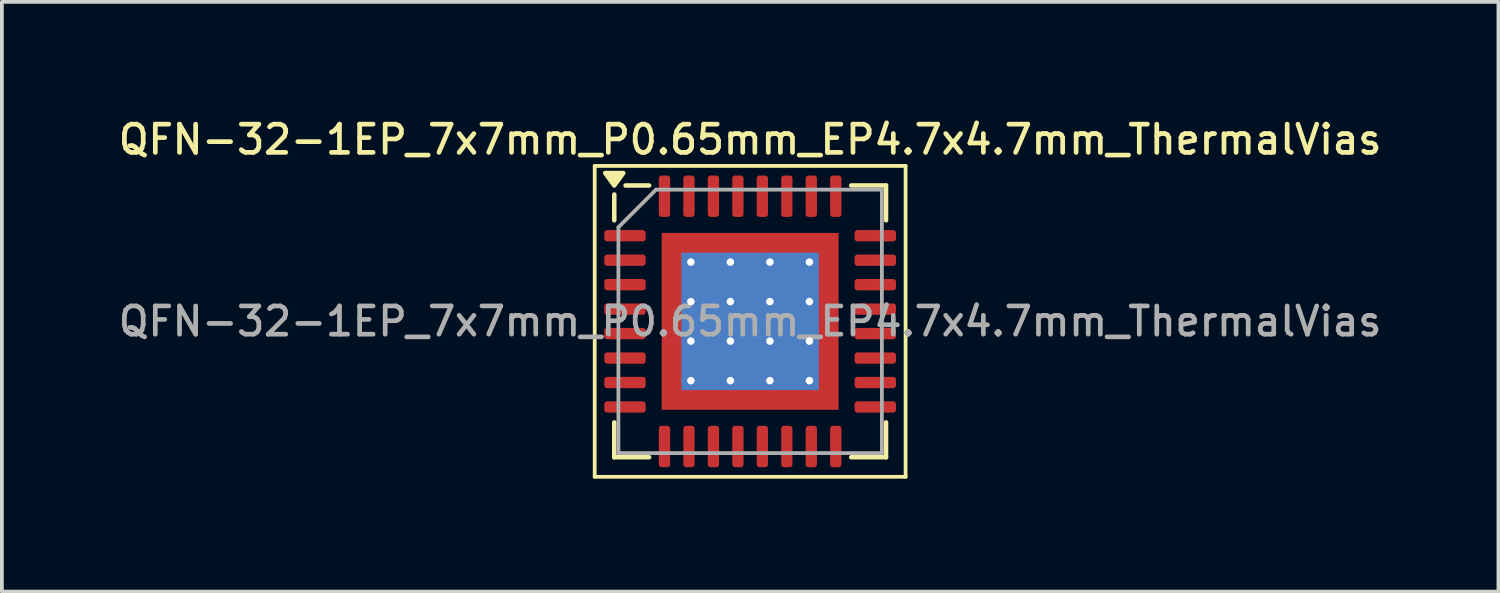
<source format=kicad_pcb>
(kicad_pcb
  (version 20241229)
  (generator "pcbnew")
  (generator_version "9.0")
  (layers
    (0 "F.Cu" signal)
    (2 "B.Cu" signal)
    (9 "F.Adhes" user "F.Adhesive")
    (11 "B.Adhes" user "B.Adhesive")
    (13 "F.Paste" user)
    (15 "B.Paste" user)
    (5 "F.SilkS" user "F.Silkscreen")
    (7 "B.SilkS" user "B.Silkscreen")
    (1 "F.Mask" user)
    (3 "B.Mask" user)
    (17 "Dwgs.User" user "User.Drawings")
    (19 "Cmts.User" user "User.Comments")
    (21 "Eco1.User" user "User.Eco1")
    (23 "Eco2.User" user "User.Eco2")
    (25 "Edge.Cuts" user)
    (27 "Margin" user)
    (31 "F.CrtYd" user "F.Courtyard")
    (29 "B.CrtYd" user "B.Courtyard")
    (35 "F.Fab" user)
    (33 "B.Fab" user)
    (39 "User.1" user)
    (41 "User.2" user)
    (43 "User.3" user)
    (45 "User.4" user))
  (footprint "QFN-32-1EP_7x7mm_P0.65mm_EP4.7x4.7mm_ThermalVias"
    (layer "F.Cu")
    (at 16.88 5.488)
    (property "Reference" "QFN-32-1EP_7x7mm_P0.65mm_EP4.7x4.7mm_ThermalVias" (at 0 -4.83 0) (layer "F.SilkS") (effects (font (size 0.75 0.75) (thickness 0.125))))
    (attr smd)
    (fp_line (start -4.13 -4.13) (end -4.13 4.13) (stroke (width 0.1) (type solid)) (layer "F.SilkS"))
    (fp_line (start -4.13 4.13) (end 4.13 4.13) (stroke (width 0.1) (type solid)) (layer "F.SilkS"))
    (fp_line (start -3.61 -2.685) (end -3.61 -3.37) (stroke (width 0.12) (type solid)) (layer "F.SilkS"))
    (fp_line (start -3.61 3.61) (end -3.61 2.685) (stroke (width 0.12) (type solid)) (layer "F.SilkS"))
    (fp_line (start -2.685 -3.61) (end -3.31 -3.61) (stroke (width 0.12) (type solid)) (layer "F.SilkS"))
    (fp_line (start -2.685 3.61) (end -3.61 3.61) (stroke (width 0.12) (type solid)) (layer "F.SilkS"))
    (fp_line (start 2.685 -3.61) (end 3.61 -3.61) (stroke (width 0.12) (type solid)) (layer "F.SilkS"))
    (fp_line (start 2.685 3.61) (end 3.61 3.61) (stroke (width 0.12) (type solid)) (layer "F.SilkS"))
    (fp_line (start 3.61 -3.61) (end 3.61 -2.685) (stroke (width 0.12) (type solid)) (layer "F.SilkS"))
    (fp_line (start 3.61 3.61) (end 3.61 2.685) (stroke (width 0.12) (type solid)) (layer "F.SilkS"))
    (fp_line (start 4.13 -4.13) (end -4.13 -4.13) (stroke (width 0.1) (type solid)) (layer "F.SilkS"))
    (fp_line (start 4.13 4.13) (end 4.13 -4.13) (stroke (width 0.1) (type solid)) (layer "F.SilkS"))
    (fp_poly (pts (xy -3.61 -3.61) (xy -3.85 -3.94) (xy -3.37 -3.94) (xy -3.61 -3.61)) (stroke (width 0.12) (type solid)) (fill yes) (layer "F.SilkS"))
    (fp_line (start -3.5 -2.5) (end -2.5 -3.5) (stroke (width 0.1) (type solid)) (layer "F.Fab"))
    (fp_line (start -3.5 3.5) (end -3.5 -2.5) (stroke (width 0.1) (type solid)) (layer "F.Fab"))
    (fp_line (start -2.5 -3.5) (end 3.5 -3.5) (stroke (width 0.1) (type solid)) (layer "F.Fab"))
    (fp_line (start 3.5 -3.5) (end 3.5 3.5) (stroke (width 0.1) (type solid)) (layer "F.Fab"))
    (fp_line (start 3.5 3.5) (end -3.5 3.5) (stroke (width 0.1) (type solid)) (layer "F.Fab"))
    (fp_text user "${REFERENCE}" (at 0 0 0) (layer "F.Fab") (effects (font (size 0.75 0.75) (thickness 0.125))))
    (pad "" smd custom (at -1.962 -1.962) (size 0.531 0.531) (layers "F.Paste") (options (anchor circle)) (primitives (gr_poly (pts (xy -0.219 -0.219) (xy 0.219 -0.219) (xy 0.219 0.141) (xy 0.141 0.219) (xy -0.219 0.219)) (width 0.188) (fill yes))))
    (pad "" smd custom (at -1.962 -1.05) (size 0.55 0.55) (layers "F.Paste") (options (anchor circle)) (primitives (gr_poly (pts (xy -0.237 -0.348) (xy 0.175 -0.348) (xy 0.237 -0.286) (xy 0.237 0.286) (xy 0.175 0.348) (xy -0.237 0.348)) (width 0.15) (fill yes))))
    (pad "" smd custom (at -1.962 0) (size 0.55 0.55) (layers "F.Paste") (options (anchor circle)) (primitives (gr_poly (pts (xy -0.237 -0.348) (xy 0.175 -0.348) (xy 0.237 -0.286) (xy 0.237 0.286) (xy 0.175 0.348) (xy -0.237 0.348)) (width 0.15) (fill yes))))
    (pad "" smd custom (at -1.962 1.05) (size 0.55 0.55) (layers "F.Paste") (options (anchor circle)) (primitives (gr_poly (pts (xy -0.237 -0.348) (xy 0.175 -0.348) (xy 0.237 -0.286) (xy 0.237 0.286) (xy 0.175 0.348) (xy -0.237 0.348)) (width 0.15) (fill yes))))
    (pad "" smd custom (at -1.962 1.962) (size 0.531 0.531) (layers "F.Paste") (options (anchor circle)) (primitives (gr_poly (pts (xy -0.219 -0.219) (xy 0.141 -0.219) (xy 0.219 -0.141) (xy 0.219 0.219) (xy -0.219 0.219)) (width 0.188) (fill yes))))
    (pad "" smd custom (at -1.05 -1.962) (size 0.55 0.55) (layers "F.Paste") (options (anchor circle)) (primitives (gr_poly (pts (xy -0.348 -0.237) (xy 0.348 -0.237) (xy 0.348 0.175) (xy 0.286 0.237) (xy -0.286 0.237) (xy -0.348 0.175)) (width 0.15) (fill yes))))
    (pad "" smd roundrect (at -1.05 -1.05) (size 0.847 0.847) (layers "F.Paste") (roundrect_rratio 0.25))
    (pad "" smd roundrect (at -1.05 0) (size 0.847 0.847) (layers "F.Paste") (roundrect_rratio 0.25))
    (pad "" smd roundrect (at -1.05 1.05) (size 0.847 0.847) (layers "F.Paste") (roundrect_rratio 0.25))
    (pad "" smd custom (at -1.05 1.962) (size 0.55 0.55) (layers "F.Paste") (options (anchor circle)) (primitives (gr_poly (pts (xy -0.348 -0.175) (xy -0.286 -0.237) (xy 0.286 -0.237) (xy 0.348 -0.175) (xy 0.348 0.237) (xy -0.348 0.237)) (width 0.15) (fill yes))))
    (pad "" smd custom (at 0 -1.962) (size 0.55 0.55) (layers "F.Paste") (options (anchor circle)) (primitives (gr_poly (pts (xy -0.348 -0.237) (xy 0.348 -0.237) (xy 0.348 0.175) (xy 0.286 0.237) (xy -0.286 0.237) (xy -0.348 0.175)) (width 0.15) (fill yes))))
    (pad "" smd roundrect (at 0 -1.05) (size 0.847 0.847) (layers "F.Paste") (roundrect_rratio 0.25))
    (pad "" smd roundrect (at 0 0) (size 0.847 0.847) (layers "F.Paste") (roundrect_rratio 0.25))
    (pad "" smd roundrect (at 0 1.05) (size 0.847 0.847) (layers "F.Paste") (roundrect_rratio 0.25))
    (pad "" smd custom (at 0 1.962) (size 0.55 0.55) (layers "F.Paste") (options (anchor circle)) (primitives (gr_poly (pts (xy -0.348 -0.175) (xy -0.286 -0.237) (xy 0.286 -0.237) (xy 0.348 -0.175) (xy 0.348 0.237) (xy -0.348 0.237)) (width 0.15) (fill yes))))
    (pad "" smd custom (at 1.05 -1.962) (size 0.55 0.55) (layers "F.Paste") (options (anchor circle)) (primitives (gr_poly (pts (xy -0.348 -0.237) (xy 0.348 -0.237) (xy 0.348 0.175) (xy 0.286 0.237) (xy -0.286 0.237) (xy -0.348 0.175)) (width 0.15) (fill yes))))
    (pad "" smd roundrect (at 1.05 -1.05) (size 0.847 0.847) (layers "F.Paste") (roundrect_rratio 0.25))
    (pad "" smd roundrect (at 1.05 0) (size 0.847 0.847) (layers "F.Paste") (roundrect_rratio 0.25))
    (pad "" smd roundrect (at 1.05 1.05) (size 0.847 0.847) (layers "F.Paste") (roundrect_rratio 0.25))
    (pad "" smd custom (at 1.05 1.962) (size 0.55 0.55) (layers "F.Paste") (options (anchor circle)) (primitives (gr_poly (pts (xy -0.348 -0.175) (xy -0.286 -0.237) (xy 0.286 -0.237) (xy 0.348 -0.175) (xy 0.348 0.237) (xy -0.348 0.237)) (width 0.15) (fill yes))))
    (pad "" smd custom (at 1.962 -1.962) (size 0.531 0.531) (layers "F.Paste") (options (anchor circle)) (primitives (gr_poly (pts (xy -0.219 -0.219) (xy 0.219 -0.219) (xy 0.219 0.219) (xy -0.141 0.219) (xy -0.219 0.141)) (width 0.188) (fill yes))))
    (pad "" smd custom (at 1.962 -1.05) (size 0.55 0.55) (layers "F.Paste") (options (anchor circle)) (primitives (gr_poly (pts (xy -0.237 -0.286) (xy -0.175 -0.348) (xy 0.237 -0.348) (xy 0.237 0.348) (xy -0.175 0.348) (xy -0.237 0.286)) (width 0.15) (fill yes))))
    (pad "" smd custom (at 1.962 0) (size 0.55 0.55) (layers "F.Paste") (options (anchor circle)) (primitives (gr_poly (pts (xy -0.237 -0.286) (xy -0.175 -0.348) (xy 0.237 -0.348) (xy 0.237 0.348) (xy -0.175 0.348) (xy -0.237 0.286)) (width 0.15) (fill yes))))
    (pad "" smd custom (at 1.962 1.05) (size 0.55 0.55) (layers "F.Paste") (options (anchor circle)) (primitives (gr_poly (pts (xy -0.237 -0.286) (xy -0.175 -0.348) (xy 0.237 -0.348) (xy 0.237 0.348) (xy -0.175 0.348) (xy -0.237 0.286)) (width 0.15) (fill yes))))
    (pad "" smd custom (at 1.962 1.962) (size 0.531 0.531) (layers "F.Paste") (options (anchor circle)) (primitives (gr_poly (pts (xy -0.219 -0.141) (xy -0.141 -0.219) (xy 0.219 -0.219) (xy 0.219 0.219) (xy -0.219 0.219)) (width 0.188) (fill yes))))
    (pad "1" smd roundrect (at -3.325 -2.275) (size 1.1 0.3) (layers "F.Cu" "F.Mask" "F.Paste") (roundrect_rratio 0.25))
    (pad "2" smd roundrect (at -3.325 -1.625) (size 1.1 0.3) (layers "F.Cu" "F.Mask" "F.Paste") (roundrect_rratio 0.25))
    (pad "3" smd roundrect (at -3.325 -0.975) (size 1.1 0.3) (layers "F.Cu" "F.Mask" "F.Paste") (roundrect_rratio 0.25))
    (pad "4" smd roundrect (at -3.325 -0.325) (size 1.1 0.3) (layers "F.Cu" "F.Mask" "F.Paste") (roundrect_rratio 0.25))
    (pad "5" smd roundrect (at -3.325 0.325) (size 1.1 0.3) (layers "F.Cu" "F.Mask" "F.Paste") (roundrect_rratio 0.25))
    (pad "6" smd roundrect (at -3.325 0.975) (size 1.1 0.3) (layers "F.Cu" "F.Mask" "F.Paste") (roundrect_rratio 0.25))
    (pad "7" smd roundrect (at -3.325 1.625) (size 1.1 0.3) (layers "F.Cu" "F.Mask" "F.Paste") (roundrect_rratio 0.25))
    (pad "8" smd roundrect (at -3.325 2.275) (size 1.1 0.3) (layers "F.Cu" "F.Mask" "F.Paste") (roundrect_rratio 0.25))
    (pad "9" smd roundrect (at -2.275 3.325) (size 0.3 1.1) (layers "F.Cu" "F.Mask" "F.Paste") (roundrect_rratio 0.25))
    (pad "10" smd roundrect (at -1.625 3.325) (size 0.3 1.1) (layers "F.Cu" "F.Mask" "F.Paste") (roundrect_rratio 0.25))
    (pad "11" smd roundrect (at -0.975 3.325) (size 0.3 1.1) (layers "F.Cu" "F.Mask" "F.Paste") (roundrect_rratio 0.25))
    (pad "12" smd roundrect (at -0.325 3.325) (size 0.3 1.1) (layers "F.Cu" "F.Mask" "F.Paste") (roundrect_rratio 0.25))
    (pad "13" smd roundrect (at 0.325 3.325) (size 0.3 1.1) (layers "F.Cu" "F.Mask" "F.Paste") (roundrect_rratio 0.25))
    (pad "14" smd roundrect (at 0.975 3.325) (size 0.3 1.1) (layers "F.Cu" "F.Mask" "F.Paste") (roundrect_rratio 0.25))
    (pad "15" smd roundrect (at 1.625 3.325) (size 0.3 1.1) (layers "F.Cu" "F.Mask" "F.Paste") (roundrect_rratio 0.25))
    (pad "16" smd roundrect (at 2.275 3.325) (size 0.3 1.1) (layers "F.Cu" "F.Mask" "F.Paste") (roundrect_rratio 0.25))
    (pad "17" smd roundrect (at 3.325 2.275) (size 1.1 0.3) (layers "F.Cu" "F.Mask" "F.Paste") (roundrect_rratio 0.25))
    (pad "18" smd roundrect (at 3.325 1.625) (size 1.1 0.3) (layers "F.Cu" "F.Mask" "F.Paste") (roundrect_rratio 0.25))
    (pad "19" smd roundrect (at 3.325 0.975) (size 1.1 0.3) (layers "F.Cu" "F.Mask" "F.Paste") (roundrect_rratio 0.25))
    (pad "20" smd roundrect (at 3.325 0.325) (size 1.1 0.3) (layers "F.Cu" "F.Mask" "F.Paste") (roundrect_rratio 0.25))
    (pad "21" smd roundrect (at 3.325 -0.325) (size 1.1 0.3) (layers "F.Cu" "F.Mask" "F.Paste") (roundrect_rratio 0.25))
    (pad "22" smd roundrect (at 3.325 -0.975) (size 1.1 0.3) (layers "F.Cu" "F.Mask" "F.Paste") (roundrect_rratio 0.25))
    (pad "23" smd roundrect (at 3.325 -1.625) (size 1.1 0.3) (layers "F.Cu" "F.Mask" "F.Paste") (roundrect_rratio 0.25))
    (pad "24" smd roundrect (at 3.325 -2.275) (size 1.1 0.3) (layers "F.Cu" "F.Mask" "F.Paste") (roundrect_rratio 0.25))
    (pad "25" smd roundrect (at 2.275 -3.325) (size 0.3 1.1) (layers "F.Cu" "F.Mask" "F.Paste") (roundrect_rratio 0.25))
    (pad "26" smd roundrect (at 1.625 -3.325) (size 0.3 1.1) (layers "F.Cu" "F.Mask" "F.Paste") (roundrect_rratio 0.25))
    (pad "27" smd roundrect (at 0.975 -3.325) (size 0.3 1.1) (layers "F.Cu" "F.Mask" "F.Paste") (roundrect_rratio 0.25))
    (pad "28" smd roundrect (at 0.325 -3.325) (size 0.3 1.1) (layers "F.Cu" "F.Mask" "F.Paste") (roundrect_rratio 0.25))
    (pad "29" smd roundrect (at -0.325 -3.325) (size 0.3 1.1) (layers "F.Cu" "F.Mask" "F.Paste") (roundrect_rratio 0.25))
    (pad "30" smd roundrect (at -0.975 -3.325) (size 0.3 1.1) (layers "F.Cu" "F.Mask" "F.Paste") (roundrect_rratio 0.25))
    (pad "31" smd roundrect (at -1.625 -3.325) (size 0.3 1.1) (layers "F.Cu" "F.Mask" "F.Paste") (roundrect_rratio 0.25))
    (pad "32" smd roundrect (at -2.275 -3.325) (size 0.3 1.1) (layers "F.Cu" "F.Mask" "F.Paste") (roundrect_rratio 0.25))
    (pad "33" thru_hole circle (at -1.575 -1.575) (size 0.5 0.5) (drill 0.2) (property pad_prop_heatsink) (layers "*.Cu"))
    (pad "33" thru_hole circle (at -1.575 -0.525) (size 0.5 0.5) (drill 0.2) (property pad_prop_heatsink) (layers "*.Cu"))
    (pad "33" thru_hole circle (at -1.575 0.525) (size 0.5 0.5) (drill 0.2) (property pad_prop_heatsink) (layers "*.Cu"))
    (pad "33" thru_hole circle (at -1.575 1.575) (size 0.5 0.5) (drill 0.2) (property pad_prop_heatsink) (layers "*.Cu"))
    (pad "33" thru_hole circle (at -0.525 -1.575) (size 0.5 0.5) (drill 0.2) (property pad_prop_heatsink) (layers "*.Cu"))
    (pad "33" thru_hole circle (at -0.525 -0.525) (size 0.5 0.5) (drill 0.2) (property pad_prop_heatsink) (layers "*.Cu"))
    (pad "33" thru_hole circle (at -0.525 0.525) (size 0.5 0.5) (drill 0.2) (property pad_prop_heatsink) (layers "*.Cu"))
    (pad "33" thru_hole circle (at -0.525 1.575) (size 0.5 0.5) (drill 0.2) (property pad_prop_heatsink) (layers "*.Cu"))
    (pad "33" smd rect (at 0 0) (size 3.65 3.65) (property pad_prop_heatsink) (layers "B.Cu"))
    (pad "33" smd rect (at 0 0) (size 4.7 4.7) (property pad_prop_heatsink) (layers "F.Cu" "F.Mask"))
    (pad "33" thru_hole circle (at 0.525 -1.575) (size 0.5 0.5) (drill 0.2) (property pad_prop_heatsink) (layers "*.Cu"))
    (pad "33" thru_hole circle (at 0.525 -0.525) (size 0.5 0.5) (drill 0.2) (property pad_prop_heatsink) (layers "*.Cu"))
    (pad "33" thru_hole circle (at 0.525 0.525) (size 0.5 0.5) (drill 0.2) (property pad_prop_heatsink) (layers "*.Cu"))
    (pad "33" thru_hole circle (at 0.525 1.575) (size 0.5 0.5) (drill 0.2) (property pad_prop_heatsink) (layers "*.Cu"))
    (pad "33" thru_hole circle (at 1.575 -1.575) (size 0.5 0.5) (drill 0.2) (property pad_prop_heatsink) (layers "*.Cu"))
    (pad "33" thru_hole circle (at 1.575 -0.525) (size 0.5 0.5) (drill 0.2) (property pad_prop_heatsink) (layers "*.Cu"))
    (pad "33" thru_hole circle (at 1.575 0.525) (size 0.5 0.5) (drill 0.2) (property pad_prop_heatsink) (layers "*.Cu"))
    (pad "33" thru_hole circle (at 1.575 1.575) (size 0.5 0.5) (drill 0.2) (property pad_prop_heatsink) (layers "*.Cu")))
  (gr_rect
    (start -3 -3)
    (end 36.761 12.668)
    (stroke (width 0.1) (type default))
    (fill no)
    (layer "Edge.Cuts")))
</source>
